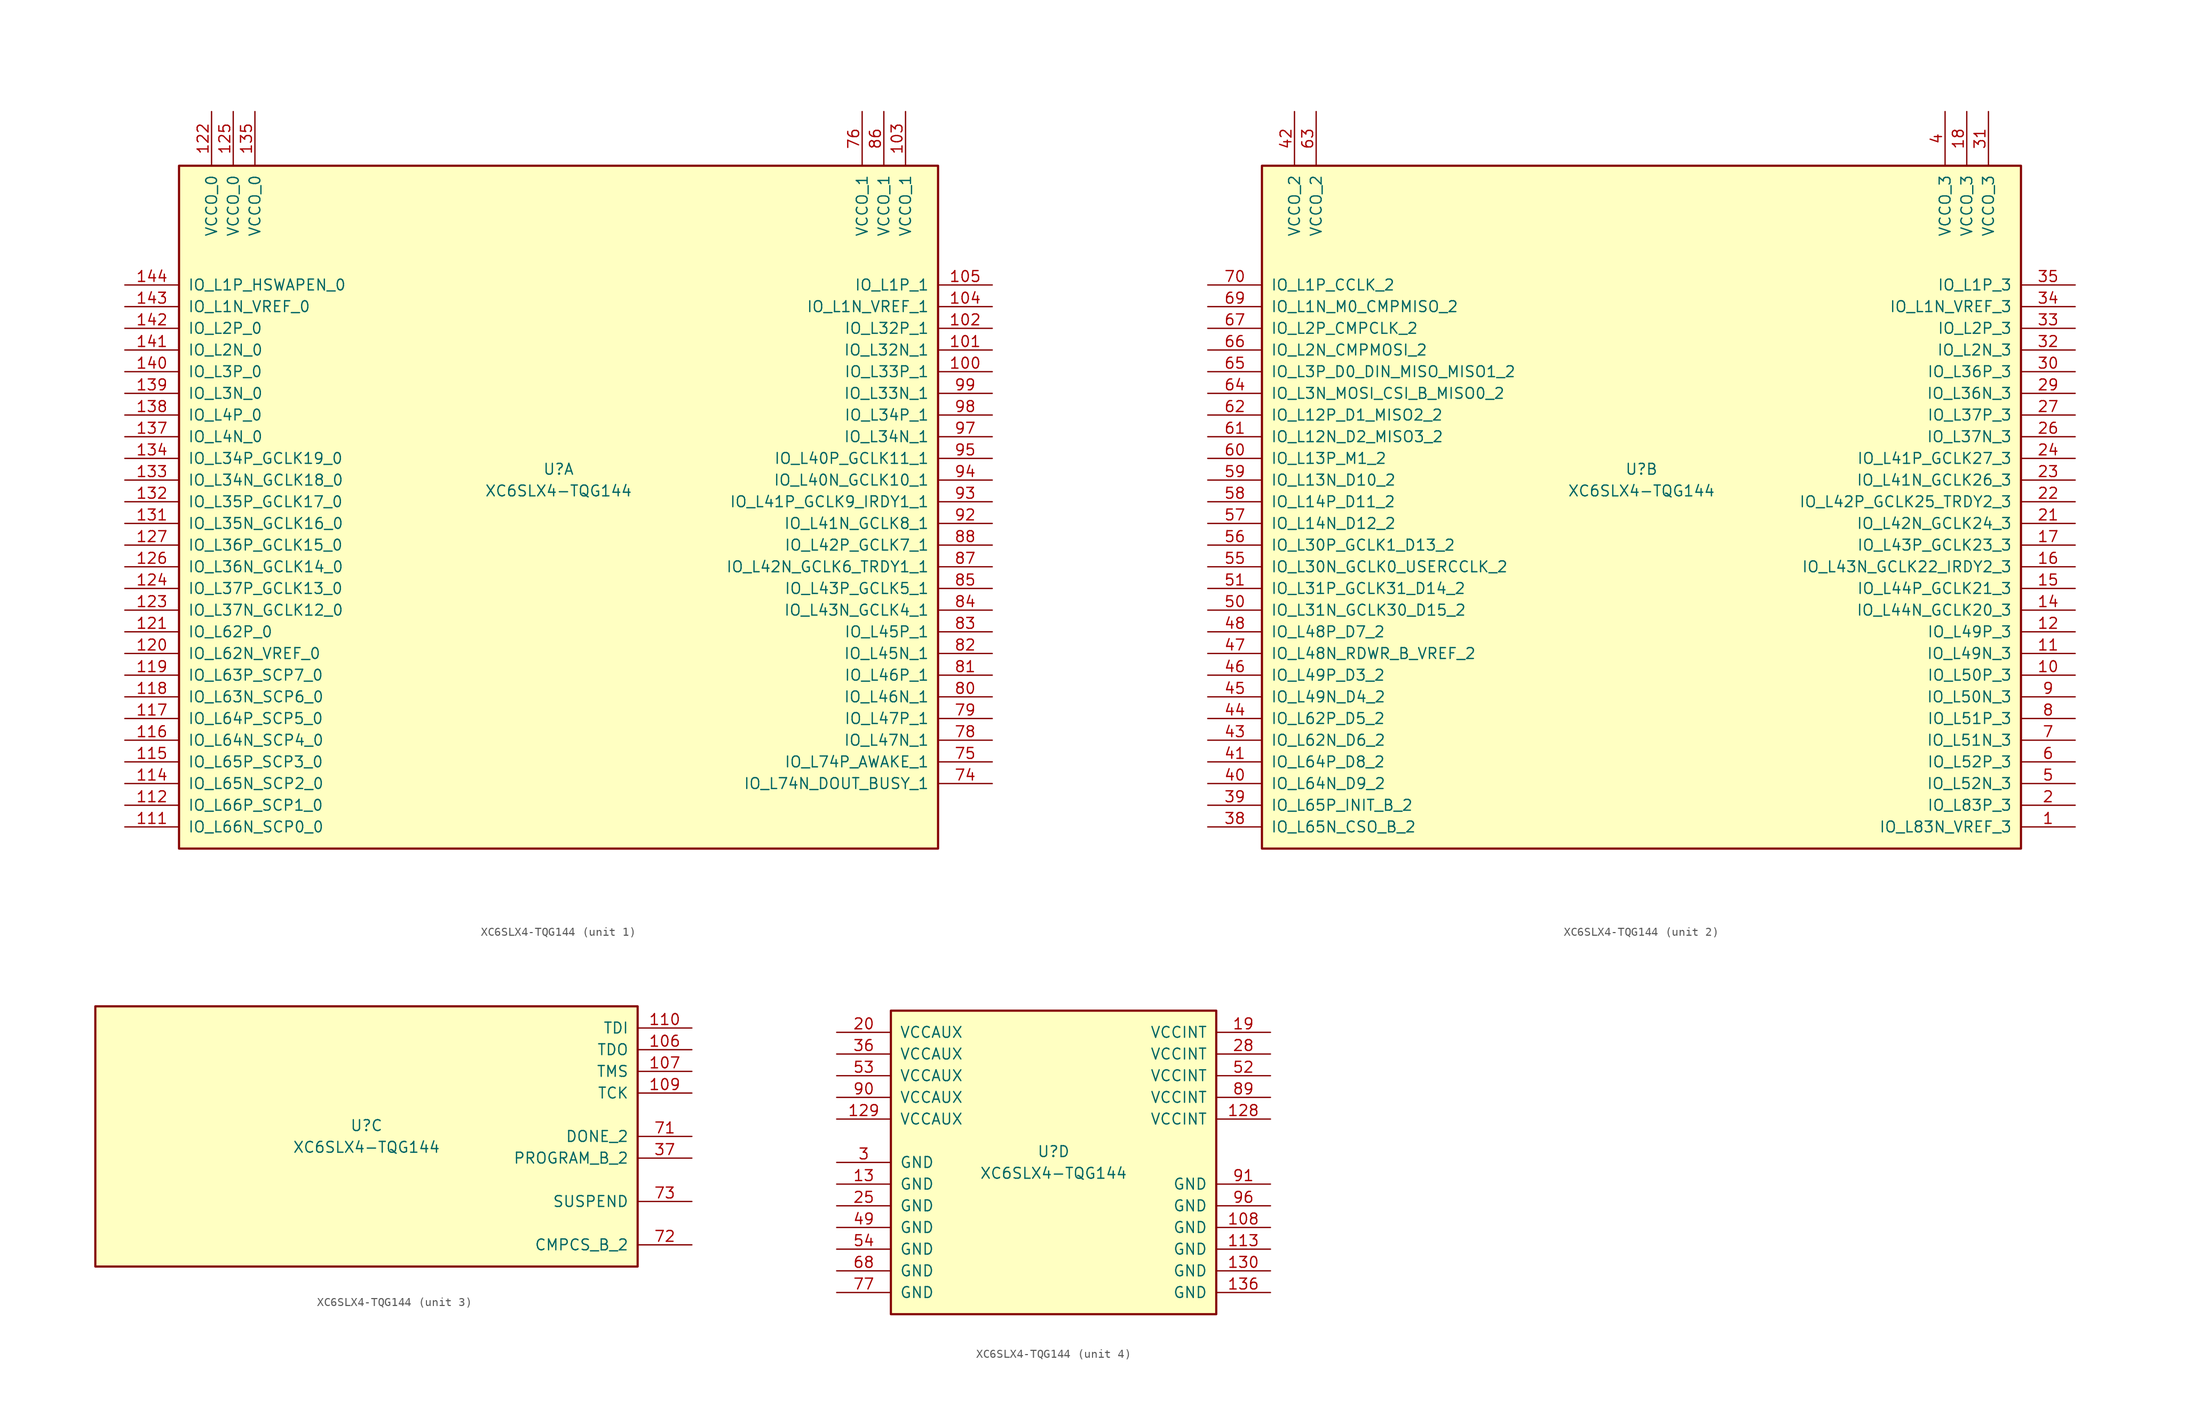
<source format=kicad_sym>
(kicad_symbol_lib
  (version 20211014)
  (generator kicad_symbol_editor)
  (symbol "XC6SLX4-TQG144"
    (pin_names
      (offset 1.016))
    (property "Reference" "U"
      (at 0 1.27 0)
      (effects (font (size 1.27 1.27))))
    (property "Value" "XC6SLX4-TQG144"
      (at 0 -1.27 0)
      (effects (font (size 1.27 1.27))))
    (property "Datasheet" ""
      (at 0 0 0)
      (effects (font (size 1.27 1.27))))
    (property "ki_locked" ""
      (at 0 0 0)
      (effects (font (size 1.27 1.27))))
    (symbol "XC6SLX4-TQG144_1_1"
      (rectangle (start -44.45 36.83) (end 44.45 -43.18) (stroke (width 0.254) (type default) (color 0 0 0 0)) (fill (type background)))
      (pin bidirectional line (at 50.8 12.7 180) (length 6.35) (name "IO_L33P_1" (effects (font (size 1.27 1.27)))) (number "100" (effects (font (size 1.27 1.27)))))
      (pin bidirectional line (at 50.8 15.24 180) (length 6.35) (name "IO_L32N_1" (effects (font (size 1.27 1.27)))) (number "101" (effects (font (size 1.27 1.27)))))
      (pin bidirectional line (at 50.8 17.78 180) (length 6.35) (name "IO_L32P_1" (effects (font (size 1.27 1.27)))) (number "102" (effects (font (size 1.27 1.27)))))
      (pin power_in line (at 40.64 43.18 270) (length 6.35) (name "VCCO_1" (effects (font (size 1.27 1.27)))) (number "103" (effects (font (size 1.27 1.27)))))
      (pin bidirectional line (at 50.8 20.32 180) (length 6.35) (name "IO_L1N_VREF_1" (effects (font (size 1.27 1.27)))) (number "104" (effects (font (size 1.27 1.27)))))
      (pin bidirectional line (at 50.8 22.86 180) (length 6.35) (name "IO_L1P_1" (effects (font (size 1.27 1.27)))) (number "105" (effects (font (size 1.27 1.27)))))
      (pin bidirectional line (at -50.8 -40.64 0) (length 6.35) (name "IO_L66N_SCP0_0" (effects (font (size 1.27 1.27)))) (number "111" (effects (font (size 1.27 1.27)))))
      (pin bidirectional line (at -50.8 -38.1 0) (length 6.35) (name "IO_L66P_SCP1_0" (effects (font (size 1.27 1.27)))) (number "112" (effects (font (size 1.27 1.27)))))
      (pin bidirectional line (at -50.8 -35.56 0) (length 6.35) (name "IO_L65N_SCP2_0" (effects (font (size 1.27 1.27)))) (number "114" (effects (font (size 1.27 1.27)))))
      (pin bidirectional line (at -50.8 -33.02 0) (length 6.35) (name "IO_L65P_SCP3_0" (effects (font (size 1.27 1.27)))) (number "115" (effects (font (size 1.27 1.27)))))
      (pin bidirectional line (at -50.8 -30.48 0) (length 6.35) (name "IO_L64N_SCP4_0" (effects (font (size 1.27 1.27)))) (number "116" (effects (font (size 1.27 1.27)))))
      (pin bidirectional line (at -50.8 -27.94 0) (length 6.35) (name "IO_L64P_SCP5_0" (effects (font (size 1.27 1.27)))) (number "117" (effects (font (size 1.27 1.27)))))
      (pin bidirectional line (at -50.8 -25.4 0) (length 6.35) (name "IO_L63N_SCP6_0" (effects (font (size 1.27 1.27)))) (number "118" (effects (font (size 1.27 1.27)))))
      (pin bidirectional line (at -50.8 -22.86 0) (length 6.35) (name "IO_L63P_SCP7_0" (effects (font (size 1.27 1.27)))) (number "119" (effects (font (size 1.27 1.27)))))
      (pin bidirectional line (at -50.8 -20.32 0) (length 6.35) (name "IO_L62N_VREF_0" (effects (font (size 1.27 1.27)))) (number "120" (effects (font (size 1.27 1.27)))))
      (pin bidirectional line (at -50.8 -17.78 0) (length 6.35) (name "IO_L62P_0" (effects (font (size 1.27 1.27)))) (number "121" (effects (font (size 1.27 1.27)))))
      (pin power_in line (at -40.64 43.18 270) (length 6.35) (name "VCCO_0" (effects (font (size 1.27 1.27)))) (number "122" (effects (font (size 1.27 1.27)))))
      (pin bidirectional line (at -50.8 -15.24 0) (length 6.35) (name "IO_L37N_GCLK12_0" (effects (font (size 1.27 1.27)))) (number "123" (effects (font (size 1.27 1.27)))))
      (pin bidirectional line (at -50.8 -12.7 0) (length 6.35) (name "IO_L37P_GCLK13_0" (effects (font (size 1.27 1.27)))) (number "124" (effects (font (size 1.27 1.27)))))
      (pin power_in line (at -38.1 43.18 270) (length 6.35) (name "VCCO_0" (effects (font (size 1.27 1.27)))) (number "125" (effects (font (size 1.27 1.27)))))
      (pin bidirectional line (at -50.8 -10.16 0) (length 6.35) (name "IO_L36N_GCLK14_0" (effects (font (size 1.27 1.27)))) (number "126" (effects (font (size 1.27 1.27)))))
      (pin bidirectional line (at -50.8 -7.62 0) (length 6.35) (name "IO_L36P_GCLK15_0" (effects (font (size 1.27 1.27)))) (number "127" (effects (font (size 1.27 1.27)))))
      (pin bidirectional line (at -50.8 -5.08 0) (length 6.35) (name "IO_L35N_GCLK16_0" (effects (font (size 1.27 1.27)))) (number "131" (effects (font (size 1.27 1.27)))))
      (pin bidirectional line (at -50.8 -2.54 0) (length 6.35) (name "IO_L35P_GCLK17_0" (effects (font (size 1.27 1.27)))) (number "132" (effects (font (size 1.27 1.27)))))
      (pin bidirectional line (at -50.8 0 0) (length 6.35) (name "IO_L34N_GCLK18_0" (effects (font (size 1.27 1.27)))) (number "133" (effects (font (size 1.27 1.27)))))
      (pin bidirectional line (at -50.8 2.54 0) (length 6.35) (name "IO_L34P_GCLK19_0" (effects (font (size 1.27 1.27)))) (number "134" (effects (font (size 1.27 1.27)))))
      (pin power_in line (at -35.56 43.18 270) (length 6.35) (name "VCCO_0" (effects (font (size 1.27 1.27)))) (number "135" (effects (font (size 1.27 1.27)))))
      (pin bidirectional line (at -50.8 5.08 0) (length 6.35) (name "IO_L4N_0" (effects (font (size 1.27 1.27)))) (number "137" (effects (font (size 1.27 1.27)))))
      (pin bidirectional line (at -50.8 7.62 0) (length 6.35) (name "IO_L4P_0" (effects (font (size 1.27 1.27)))) (number "138" (effects (font (size 1.27 1.27)))))
      (pin bidirectional line (at -50.8 10.16 0) (length 6.35) (name "IO_L3N_0" (effects (font (size 1.27 1.27)))) (number "139" (effects (font (size 1.27 1.27)))))
      (pin bidirectional line (at -50.8 12.7 0) (length 6.35) (name "IO_L3P_0" (effects (font (size 1.27 1.27)))) (number "140" (effects (font (size 1.27 1.27)))))
      (pin bidirectional line (at -50.8 15.24 0) (length 6.35) (name "IO_L2N_0" (effects (font (size 1.27 1.27)))) (number "141" (effects (font (size 1.27 1.27)))))
      (pin bidirectional line (at -50.8 17.78 0) (length 6.35) (name "IO_L2P_0" (effects (font (size 1.27 1.27)))) (number "142" (effects (font (size 1.27 1.27)))))
      (pin bidirectional line (at -50.8 20.32 0) (length 6.35) (name "IO_L1N_VREF_0" (effects (font (size 1.27 1.27)))) (number "143" (effects (font (size 1.27 1.27)))))
      (pin bidirectional line (at -50.8 22.86 0) (length 6.35) (name "IO_L1P_HSWAPEN_0" (effects (font (size 1.27 1.27)))) (number "144" (effects (font (size 1.27 1.27)))))
      (pin bidirectional line (at 50.8 -35.56 180) (length 6.35) (name "IO_L74N_DOUT_BUSY_1" (effects (font (size 1.27 1.27)))) (number "74" (effects (font (size 1.27 1.27)))))
      (pin bidirectional line (at 50.8 -33.02 180) (length 6.35) (name "IO_L74P_AWAKE_1" (effects (font (size 1.27 1.27)))) (number "75" (effects (font (size 1.27 1.27)))))
      (pin power_in line (at 35.56 43.18 270) (length 6.35) (name "VCCO_1" (effects (font (size 1.27 1.27)))) (number "76" (effects (font (size 1.27 1.27)))))
      (pin bidirectional line (at 50.8 -30.48 180) (length 6.35) (name "IO_L47N_1" (effects (font (size 1.27 1.27)))) (number "78" (effects (font (size 1.27 1.27)))))
      (pin bidirectional line (at 50.8 -27.94 180) (length 6.35) (name "IO_L47P_1" (effects (font (size 1.27 1.27)))) (number "79" (effects (font (size 1.27 1.27)))))
      (pin bidirectional line (at 50.8 -25.4 180) (length 6.35) (name "IO_L46N_1" (effects (font (size 1.27 1.27)))) (number "80" (effects (font (size 1.27 1.27)))))
      (pin bidirectional line (at 50.8 -22.86 180) (length 6.35) (name "IO_L46P_1" (effects (font (size 1.27 1.27)))) (number "81" (effects (font (size 1.27 1.27)))))
      (pin bidirectional line (at 50.8 -20.32 180) (length 6.35) (name "IO_L45N_1" (effects (font (size 1.27 1.27)))) (number "82" (effects (font (size 1.27 1.27)))))
      (pin bidirectional line (at 50.8 -17.78 180) (length 6.35) (name "IO_L45P_1" (effects (font (size 1.27 1.27)))) (number "83" (effects (font (size 1.27 1.27)))))
      (pin bidirectional line (at 50.8 -15.24 180) (length 6.35) (name "IO_L43N_GCLK4_1" (effects (font (size 1.27 1.27)))) (number "84" (effects (font (size 1.27 1.27)))))
      (pin bidirectional line (at 50.8 -12.7 180) (length 6.35) (name "IO_L43P_GCLK5_1" (effects (font (size 1.27 1.27)))) (number "85" (effects (font (size 1.27 1.27)))))
      (pin power_in line (at 38.1 43.18 270) (length 6.35) (name "VCCO_1" (effects (font (size 1.27 1.27)))) (number "86" (effects (font (size 1.27 1.27)))))
      (pin bidirectional line (at 50.8 -10.16 180) (length 6.35) (name "IO_L42N_GCLK6_TRDY1_1" (effects (font (size 1.27 1.27)))) (number "87" (effects (font (size 1.27 1.27)))))
      (pin bidirectional line (at 50.8 -7.62 180) (length 6.35) (name "IO_L42P_GCLK7_1" (effects (font (size 1.27 1.27)))) (number "88" (effects (font (size 1.27 1.27)))))
      (pin bidirectional line (at 50.8 -5.08 180) (length 6.35) (name "IO_L41N_GCLK8_1" (effects (font (size 1.27 1.27)))) (number "92" (effects (font (size 1.27 1.27)))))
      (pin bidirectional line (at 50.8 -2.54 180) (length 6.35) (name "IO_L41P_GCLK9_IRDY1_1" (effects (font (size 1.27 1.27)))) (number "93" (effects (font (size 1.27 1.27)))))
      (pin bidirectional line (at 50.8 0 180) (length 6.35) (name "IO_L40N_GCLK10_1" (effects (font (size 1.27 1.27)))) (number "94" (effects (font (size 1.27 1.27)))))
      (pin bidirectional line (at 50.8 2.54 180) (length 6.35) (name "IO_L40P_GCLK11_1" (effects (font (size 1.27 1.27)))) (number "95" (effects (font (size 1.27 1.27)))))
      (pin bidirectional line (at 50.8 5.08 180) (length 6.35) (name "IO_L34N_1" (effects (font (size 1.27 1.27)))) (number "97" (effects (font (size 1.27 1.27)))))
      (pin bidirectional line (at 50.8 7.62 180) (length 6.35) (name "IO_L34P_1" (effects (font (size 1.27 1.27)))) (number "98" (effects (font (size 1.27 1.27)))))
      (pin bidirectional line (at 50.8 10.16 180) (length 6.35) (name "IO_L33N_1" (effects (font (size 1.27 1.27)))) (number "99" (effects (font (size 1.27 1.27))))))
    (symbol "XC6SLX4-TQG144_2_1"
      (rectangle (start -44.45 36.83) (end 44.45 -43.18) (stroke (width 0.254) (type default) (color 0 0 0 0)) (fill (type background)))
      (pin bidirectional line (at 50.8 -40.64 180) (length 6.35) (name "IO_L83N_VREF_3" (effects (font (size 1.27 1.27)))) (number "1" (effects (font (size 1.27 1.27)))))
      (pin bidirectional line (at 50.8 -22.86 180) (length 6.35) (name "IO_L50P_3" (effects (font (size 1.27 1.27)))) (number "10" (effects (font (size 1.27 1.27)))))
      (pin bidirectional line (at 50.8 -20.32 180) (length 6.35) (name "IO_L49N_3" (effects (font (size 1.27 1.27)))) (number "11" (effects (font (size 1.27 1.27)))))
      (pin bidirectional line (at 50.8 -17.78 180) (length 6.35) (name "IO_L49P_3" (effects (font (size 1.27 1.27)))) (number "12" (effects (font (size 1.27 1.27)))))
      (pin bidirectional line (at 50.8 -15.24 180) (length 6.35) (name "IO_L44N_GCLK20_3" (effects (font (size 1.27 1.27)))) (number "14" (effects (font (size 1.27 1.27)))))
      (pin bidirectional line (at 50.8 -12.7 180) (length 6.35) (name "IO_L44P_GCLK21_3" (effects (font (size 1.27 1.27)))) (number "15" (effects (font (size 1.27 1.27)))))
      (pin bidirectional line (at 50.8 -10.16 180) (length 6.35) (name "IO_L43N_GCLK22_IRDY2_3" (effects (font (size 1.27 1.27)))) (number "16" (effects (font (size 1.27 1.27)))))
      (pin bidirectional line (at 50.8 -7.62 180) (length 6.35) (name "IO_L43P_GCLK23_3" (effects (font (size 1.27 1.27)))) (number "17" (effects (font (size 1.27 1.27)))))
      (pin power_in line (at 38.1 43.18 270) (length 6.35) (name "VCCO_3" (effects (font (size 1.27 1.27)))) (number "18" (effects (font (size 1.27 1.27)))))
      (pin bidirectional line (at 50.8 -38.1 180) (length 6.35) (name "IO_L83P_3" (effects (font (size 1.27 1.27)))) (number "2" (effects (font (size 1.27 1.27)))))
      (pin bidirectional line (at 50.8 -5.08 180) (length 6.35) (name "IO_L42N_GCLK24_3" (effects (font (size 1.27 1.27)))) (number "21" (effects (font (size 1.27 1.27)))))
      (pin bidirectional line (at 50.8 -2.54 180) (length 6.35) (name "IO_L42P_GCLK25_TRDY2_3" (effects (font (size 1.27 1.27)))) (number "22" (effects (font (size 1.27 1.27)))))
      (pin bidirectional line (at 50.8 0 180) (length 6.35) (name "IO_L41N_GCLK26_3" (effects (font (size 1.27 1.27)))) (number "23" (effects (font (size 1.27 1.27)))))
      (pin bidirectional line (at 50.8 2.54 180) (length 6.35) (name "IO_L41P_GCLK27_3" (effects (font (size 1.27 1.27)))) (number "24" (effects (font (size 1.27 1.27)))))
      (pin bidirectional line (at 50.8 5.08 180) (length 6.35) (name "IO_L37N_3" (effects (font (size 1.27 1.27)))) (number "26" (effects (font (size 1.27 1.27)))))
      (pin bidirectional line (at 50.8 7.62 180) (length 6.35) (name "IO_L37P_3" (effects (font (size 1.27 1.27)))) (number "27" (effects (font (size 1.27 1.27)))))
      (pin bidirectional line (at 50.8 10.16 180) (length 6.35) (name "IO_L36N_3" (effects (font (size 1.27 1.27)))) (number "29" (effects (font (size 1.27 1.27)))))
      (pin bidirectional line (at 50.8 12.7 180) (length 6.35) (name "IO_L36P_3" (effects (font (size 1.27 1.27)))) (number "30" (effects (font (size 1.27 1.27)))))
      (pin power_in line (at 40.64 43.18 270) (length 6.35) (name "VCCO_3" (effects (font (size 1.27 1.27)))) (number "31" (effects (font (size 1.27 1.27)))))
      (pin bidirectional line (at 50.8 15.24 180) (length 6.35) (name "IO_L2N_3" (effects (font (size 1.27 1.27)))) (number "32" (effects (font (size 1.27 1.27)))))
      (pin bidirectional line (at 50.8 17.78 180) (length 6.35) (name "IO_L2P_3" (effects (font (size 1.27 1.27)))) (number "33" (effects (font (size 1.27 1.27)))))
      (pin bidirectional line (at 50.8 20.32 180) (length 6.35) (name "IO_L1N_VREF_3" (effects (font (size 1.27 1.27)))) (number "34" (effects (font (size 1.27 1.27)))))
      (pin bidirectional line (at 50.8 22.86 180) (length 6.35) (name "IO_L1P_3" (effects (font (size 1.27 1.27)))) (number "35" (effects (font (size 1.27 1.27)))))
      (pin bidirectional line (at -50.8 -40.64 0) (length 6.35) (name "IO_L65N_CSO_B_2" (effects (font (size 1.27 1.27)))) (number "38" (effects (font (size 1.27 1.27)))))
      (pin bidirectional line (at -50.8 -38.1 0) (length 6.35) (name "IO_L65P_INIT_B_2" (effects (font (size 1.27 1.27)))) (number "39" (effects (font (size 1.27 1.27)))))
      (pin power_in line (at 35.56 43.18 270) (length 6.35) (name "VCCO_3" (effects (font (size 1.27 1.27)))) (number "4" (effects (font (size 1.27 1.27)))))
      (pin bidirectional line (at -50.8 -35.56 0) (length 6.35) (name "IO_L64N_D9_2" (effects (font (size 1.27 1.27)))) (number "40" (effects (font (size 1.27 1.27)))))
      (pin bidirectional line (at -50.8 -33.02 0) (length 6.35) (name "IO_L64P_D8_2" (effects (font (size 1.27 1.27)))) (number "41" (effects (font (size 1.27 1.27)))))
      (pin power_in line (at -40.64 43.18 270) (length 6.35) (name "VCCO_2" (effects (font (size 1.27 1.27)))) (number "42" (effects (font (size 1.27 1.27)))))
      (pin bidirectional line (at -50.8 -30.48 0) (length 6.35) (name "IO_L62N_D6_2" (effects (font (size 1.27 1.27)))) (number "43" (effects (font (size 1.27 1.27)))))
      (pin bidirectional line (at -50.8 -27.94 0) (length 6.35) (name "IO_L62P_D5_2" (effects (font (size 1.27 1.27)))) (number "44" (effects (font (size 1.27 1.27)))))
      (pin bidirectional line (at -50.8 -25.4 0) (length 6.35) (name "IO_L49N_D4_2" (effects (font (size 1.27 1.27)))) (number "45" (effects (font (size 1.27 1.27)))))
      (pin bidirectional line (at -50.8 -22.86 0) (length 6.35) (name "IO_L49P_D3_2" (effects (font (size 1.27 1.27)))) (number "46" (effects (font (size 1.27 1.27)))))
      (pin bidirectional line (at -50.8 -20.32 0) (length 6.35) (name "IO_L48N_RDWR_B_VREF_2" (effects (font (size 1.27 1.27)))) (number "47" (effects (font (size 1.27 1.27)))))
      (pin bidirectional line (at -50.8 -17.78 0) (length 6.35) (name "IO_L48P_D7_2" (effects (font (size 1.27 1.27)))) (number "48" (effects (font (size 1.27 1.27)))))
      (pin bidirectional line (at 50.8 -35.56 180) (length 6.35) (name "IO_L52N_3" (effects (font (size 1.27 1.27)))) (number "5" (effects (font (size 1.27 1.27)))))
      (pin bidirectional line (at -50.8 -15.24 0) (length 6.35) (name "IO_L31N_GCLK30_D15_2" (effects (font (size 1.27 1.27)))) (number "50" (effects (font (size 1.27 1.27)))))
      (pin bidirectional line (at -50.8 -12.7 0) (length 6.35) (name "IO_L31P_GCLK31_D14_2" (effects (font (size 1.27 1.27)))) (number "51" (effects (font (size 1.27 1.27)))))
      (pin bidirectional line (at -50.8 -10.16 0) (length 6.35) (name "IO_L30N_GCLK0_USERCCLK_2" (effects (font (size 1.27 1.27)))) (number "55" (effects (font (size 1.27 1.27)))))
      (pin bidirectional line (at -50.8 -7.62 0) (length 6.35) (name "IO_L30P_GCLK1_D13_2" (effects (font (size 1.27 1.27)))) (number "56" (effects (font (size 1.27 1.27)))))
      (pin bidirectional line (at -50.8 -5.08 0) (length 6.35) (name "IO_L14N_D12_2" (effects (font (size 1.27 1.27)))) (number "57" (effects (font (size 1.27 1.27)))))
      (pin bidirectional line (at -50.8 -2.54 0) (length 6.35) (name "IO_L14P_D11_2" (effects (font (size 1.27 1.27)))) (number "58" (effects (font (size 1.27 1.27)))))
      (pin bidirectional line (at -50.8 0 0) (length 6.35) (name "IO_L13N_D10_2" (effects (font (size 1.27 1.27)))) (number "59" (effects (font (size 1.27 1.27)))))
      (pin bidirectional line (at 50.8 -33.02 180) (length 6.35) (name "IO_L52P_3" (effects (font (size 1.27 1.27)))) (number "6" (effects (font (size 1.27 1.27)))))
      (pin bidirectional line (at -50.8 2.54 0) (length 6.35) (name "IO_L13P_M1_2" (effects (font (size 1.27 1.27)))) (number "60" (effects (font (size 1.27 1.27)))))
      (pin bidirectional line (at -50.8 5.08 0) (length 6.35) (name "IO_L12N_D2_MISO3_2" (effects (font (size 1.27 1.27)))) (number "61" (effects (font (size 1.27 1.27)))))
      (pin bidirectional line (at -50.8 7.62 0) (length 6.35) (name "IO_L12P_D1_MISO2_2" (effects (font (size 1.27 1.27)))) (number "62" (effects (font (size 1.27 1.27)))))
      (pin power_in line (at -38.1 43.18 270) (length 6.35) (name "VCCO_2" (effects (font (size 1.27 1.27)))) (number "63" (effects (font (size 1.27 1.27)))))
      (pin bidirectional line (at -50.8 10.16 0) (length 6.35) (name "IO_L3N_MOSI_CSI_B_MISO0_2" (effects (font (size 1.27 1.27)))) (number "64" (effects (font (size 1.27 1.27)))))
      (pin bidirectional line (at -50.8 12.7 0) (length 6.35) (name "IO_L3P_D0_DIN_MISO_MISO1_2" (effects (font (size 1.27 1.27)))) (number "65" (effects (font (size 1.27 1.27)))))
      (pin bidirectional line (at -50.8 15.24 0) (length 6.35) (name "IO_L2N_CMPMOSI_2" (effects (font (size 1.27 1.27)))) (number "66" (effects (font (size 1.27 1.27)))))
      (pin bidirectional line (at -50.8 17.78 0) (length 6.35) (name "IO_L2P_CMPCLK_2" (effects (font (size 1.27 1.27)))) (number "67" (effects (font (size 1.27 1.27)))))
      (pin bidirectional line (at -50.8 20.32 0) (length 6.35) (name "IO_L1N_M0_CMPMISO_2" (effects (font (size 1.27 1.27)))) (number "69" (effects (font (size 1.27 1.27)))))
      (pin bidirectional line (at 50.8 -30.48 180) (length 6.35) (name "IO_L51N_3" (effects (font (size 1.27 1.27)))) (number "7" (effects (font (size 1.27 1.27)))))
      (pin bidirectional line (at -50.8 22.86 0) (length 6.35) (name "IO_L1P_CCLK_2" (effects (font (size 1.27 1.27)))) (number "70" (effects (font (size 1.27 1.27)))))
      (pin bidirectional line (at 50.8 -27.94 180) (length 6.35) (name "IO_L51P_3" (effects (font (size 1.27 1.27)))) (number "8" (effects (font (size 1.27 1.27)))))
      (pin bidirectional line (at 50.8 -25.4 180) (length 6.35) (name "IO_L50N_3" (effects (font (size 1.27 1.27)))) (number "9" (effects (font (size 1.27 1.27))))))
    (symbol "XC6SLX4-TQG144_3_1"
      (rectangle (start -31.75 15.24) (end 31.75 -15.24) (stroke (width 0.254) (type default) (color 0 0 0 0)) (fill (type background)))
      (pin bidirectional line (at 38.1 10.16 180) (length 6.35) (name "TDO" (effects (font (size 1.27 1.27)))) (number "106" (effects (font (size 1.27 1.27)))))
      (pin bidirectional line (at 38.1 7.62 180) (length 6.35) (name "TMS" (effects (font (size 1.27 1.27)))) (number "107" (effects (font (size 1.27 1.27)))))
      (pin bidirectional line (at 38.1 5.08 180) (length 6.35) (name "TCK" (effects (font (size 1.27 1.27)))) (number "109" (effects (font (size 1.27 1.27)))))
      (pin bidirectional line (at 38.1 12.7 180) (length 6.35) (name "TDI" (effects (font (size 1.27 1.27)))) (number "110" (effects (font (size 1.27 1.27)))))
      (pin bidirectional line (at 38.1 -2.54 180) (length 6.35) (name "PROGRAM_B_2" (effects (font (size 1.27 1.27)))) (number "37" (effects (font (size 1.27 1.27)))))
      (pin bidirectional line (at 38.1 0 180) (length 6.35) (name "DONE_2" (effects (font (size 1.27 1.27)))) (number "71" (effects (font (size 1.27 1.27)))))
      (pin bidirectional line (at 38.1 -12.7 180) (length 6.35) (name "CMPCS_B_2" (effects (font (size 1.27 1.27)))) (number "72" (effects (font (size 1.27 1.27)))))
      (pin bidirectional line (at 38.1 -7.62 180) (length 6.35) (name "SUSPEND" (effects (font (size 1.27 1.27)))) (number "73" (effects (font (size 1.27 1.27))))))
    (symbol "XC6SLX4-TQG144_4_1"
      (rectangle (start -19.05 17.78) (end 19.05 -17.78) (stroke (width 0.254) (type default) (color 0 0 0 0)) (fill (type background)))
      (pin power_in line (at 25.4 -7.62 180) (length 6.35) (name "GND" (effects (font (size 1.27 1.27)))) (number "108" (effects (font (size 1.27 1.27)))))
      (pin power_in line (at 25.4 -10.16 180) (length 6.35) (name "GND" (effects (font (size 1.27 1.27)))) (number "113" (effects (font (size 1.27 1.27)))))
      (pin power_in line (at 25.4 5.08 180) (length 6.35) (name "VCCINT" (effects (font (size 1.27 1.27)))) (number "128" (effects (font (size 1.27 1.27)))))
      (pin power_in line (at -25.4 5.08 0) (length 6.35) (name "VCCAUX" (effects (font (size 1.27 1.27)))) (number "129" (effects (font (size 1.27 1.27)))))
      (pin power_in line (at -25.4 -2.54 0) (length 6.35) (name "GND" (effects (font (size 1.27 1.27)))) (number "13" (effects (font (size 1.27 1.27)))))
      (pin power_in line (at 25.4 -12.7 180) (length 6.35) (name "GND" (effects (font (size 1.27 1.27)))) (number "130" (effects (font (size 1.27 1.27)))))
      (pin power_in line (at 25.4 -15.24 180) (length 6.35) (name "GND" (effects (font (size 1.27 1.27)))) (number "136" (effects (font (size 1.27 1.27)))))
      (pin power_in line (at 25.4 15.24 180) (length 6.35) (name "VCCINT" (effects (font (size 1.27 1.27)))) (number "19" (effects (font (size 1.27 1.27)))))
      (pin power_in line (at -25.4 15.24 0) (length 6.35) (name "VCCAUX" (effects (font (size 1.27 1.27)))) (number "20" (effects (font (size 1.27 1.27)))))
      (pin power_in line (at -25.4 -5.08 0) (length 6.35) (name "GND" (effects (font (size 1.27 1.27)))) (number "25" (effects (font (size 1.27 1.27)))))
      (pin power_in line (at 25.4 12.7 180) (length 6.35) (name "VCCINT" (effects (font (size 1.27 1.27)))) (number "28" (effects (font (size 1.27 1.27)))))
      (pin power_in line (at -25.4 0 0) (length 6.35) (name "GND" (effects (font (size 1.27 1.27)))) (number "3" (effects (font (size 1.27 1.27)))))
      (pin power_in line (at -25.4 12.7 0) (length 6.35) (name "VCCAUX" (effects (font (size 1.27 1.27)))) (number "36" (effects (font (size 1.27 1.27)))))
      (pin power_in line (at -25.4 -7.62 0) (length 6.35) (name "GND" (effects (font (size 1.27 1.27)))) (number "49" (effects (font (size 1.27 1.27)))))
      (pin power_in line (at 25.4 10.16 180) (length 6.35) (name "VCCINT" (effects (font (size 1.27 1.27)))) (number "52" (effects (font (size 1.27 1.27)))))
      (pin power_in line (at -25.4 10.16 0) (length 6.35) (name "VCCAUX" (effects (font (size 1.27 1.27)))) (number "53" (effects (font (size 1.27 1.27)))))
      (pin power_in line (at -25.4 -10.16 0) (length 6.35) (name "GND" (effects (font (size 1.27 1.27)))) (number "54" (effects (font (size 1.27 1.27)))))
      (pin power_in line (at -25.4 -12.7 0) (length 6.35) (name "GND" (effects (font (size 1.27 1.27)))) (number "68" (effects (font (size 1.27 1.27)))))
      (pin power_in line (at -25.4 -15.24 0) (length 6.35) (name "GND" (effects (font (size 1.27 1.27)))) (number "77" (effects (font (size 1.27 1.27)))))
      (pin power_in line (at 25.4 7.62 180) (length 6.35) (name "VCCINT" (effects (font (size 1.27 1.27)))) (number "89" (effects (font (size 1.27 1.27)))))
      (pin power_in line (at -25.4 7.62 0) (length 6.35) (name "VCCAUX" (effects (font (size 1.27 1.27)))) (number "90" (effects (font (size 1.27 1.27)))))
      (pin power_in line (at 25.4 -2.54 180) (length 6.35) (name "GND" (effects (font (size 1.27 1.27)))) (number "91" (effects (font (size 1.27 1.27)))))
      (pin power_in line (at 25.4 -5.08 180) (length 6.35) (name "GND" (effects (font (size 1.27 1.27)))) (number "96" (effects (font (size 1.27 1.27))))))))
</source>
